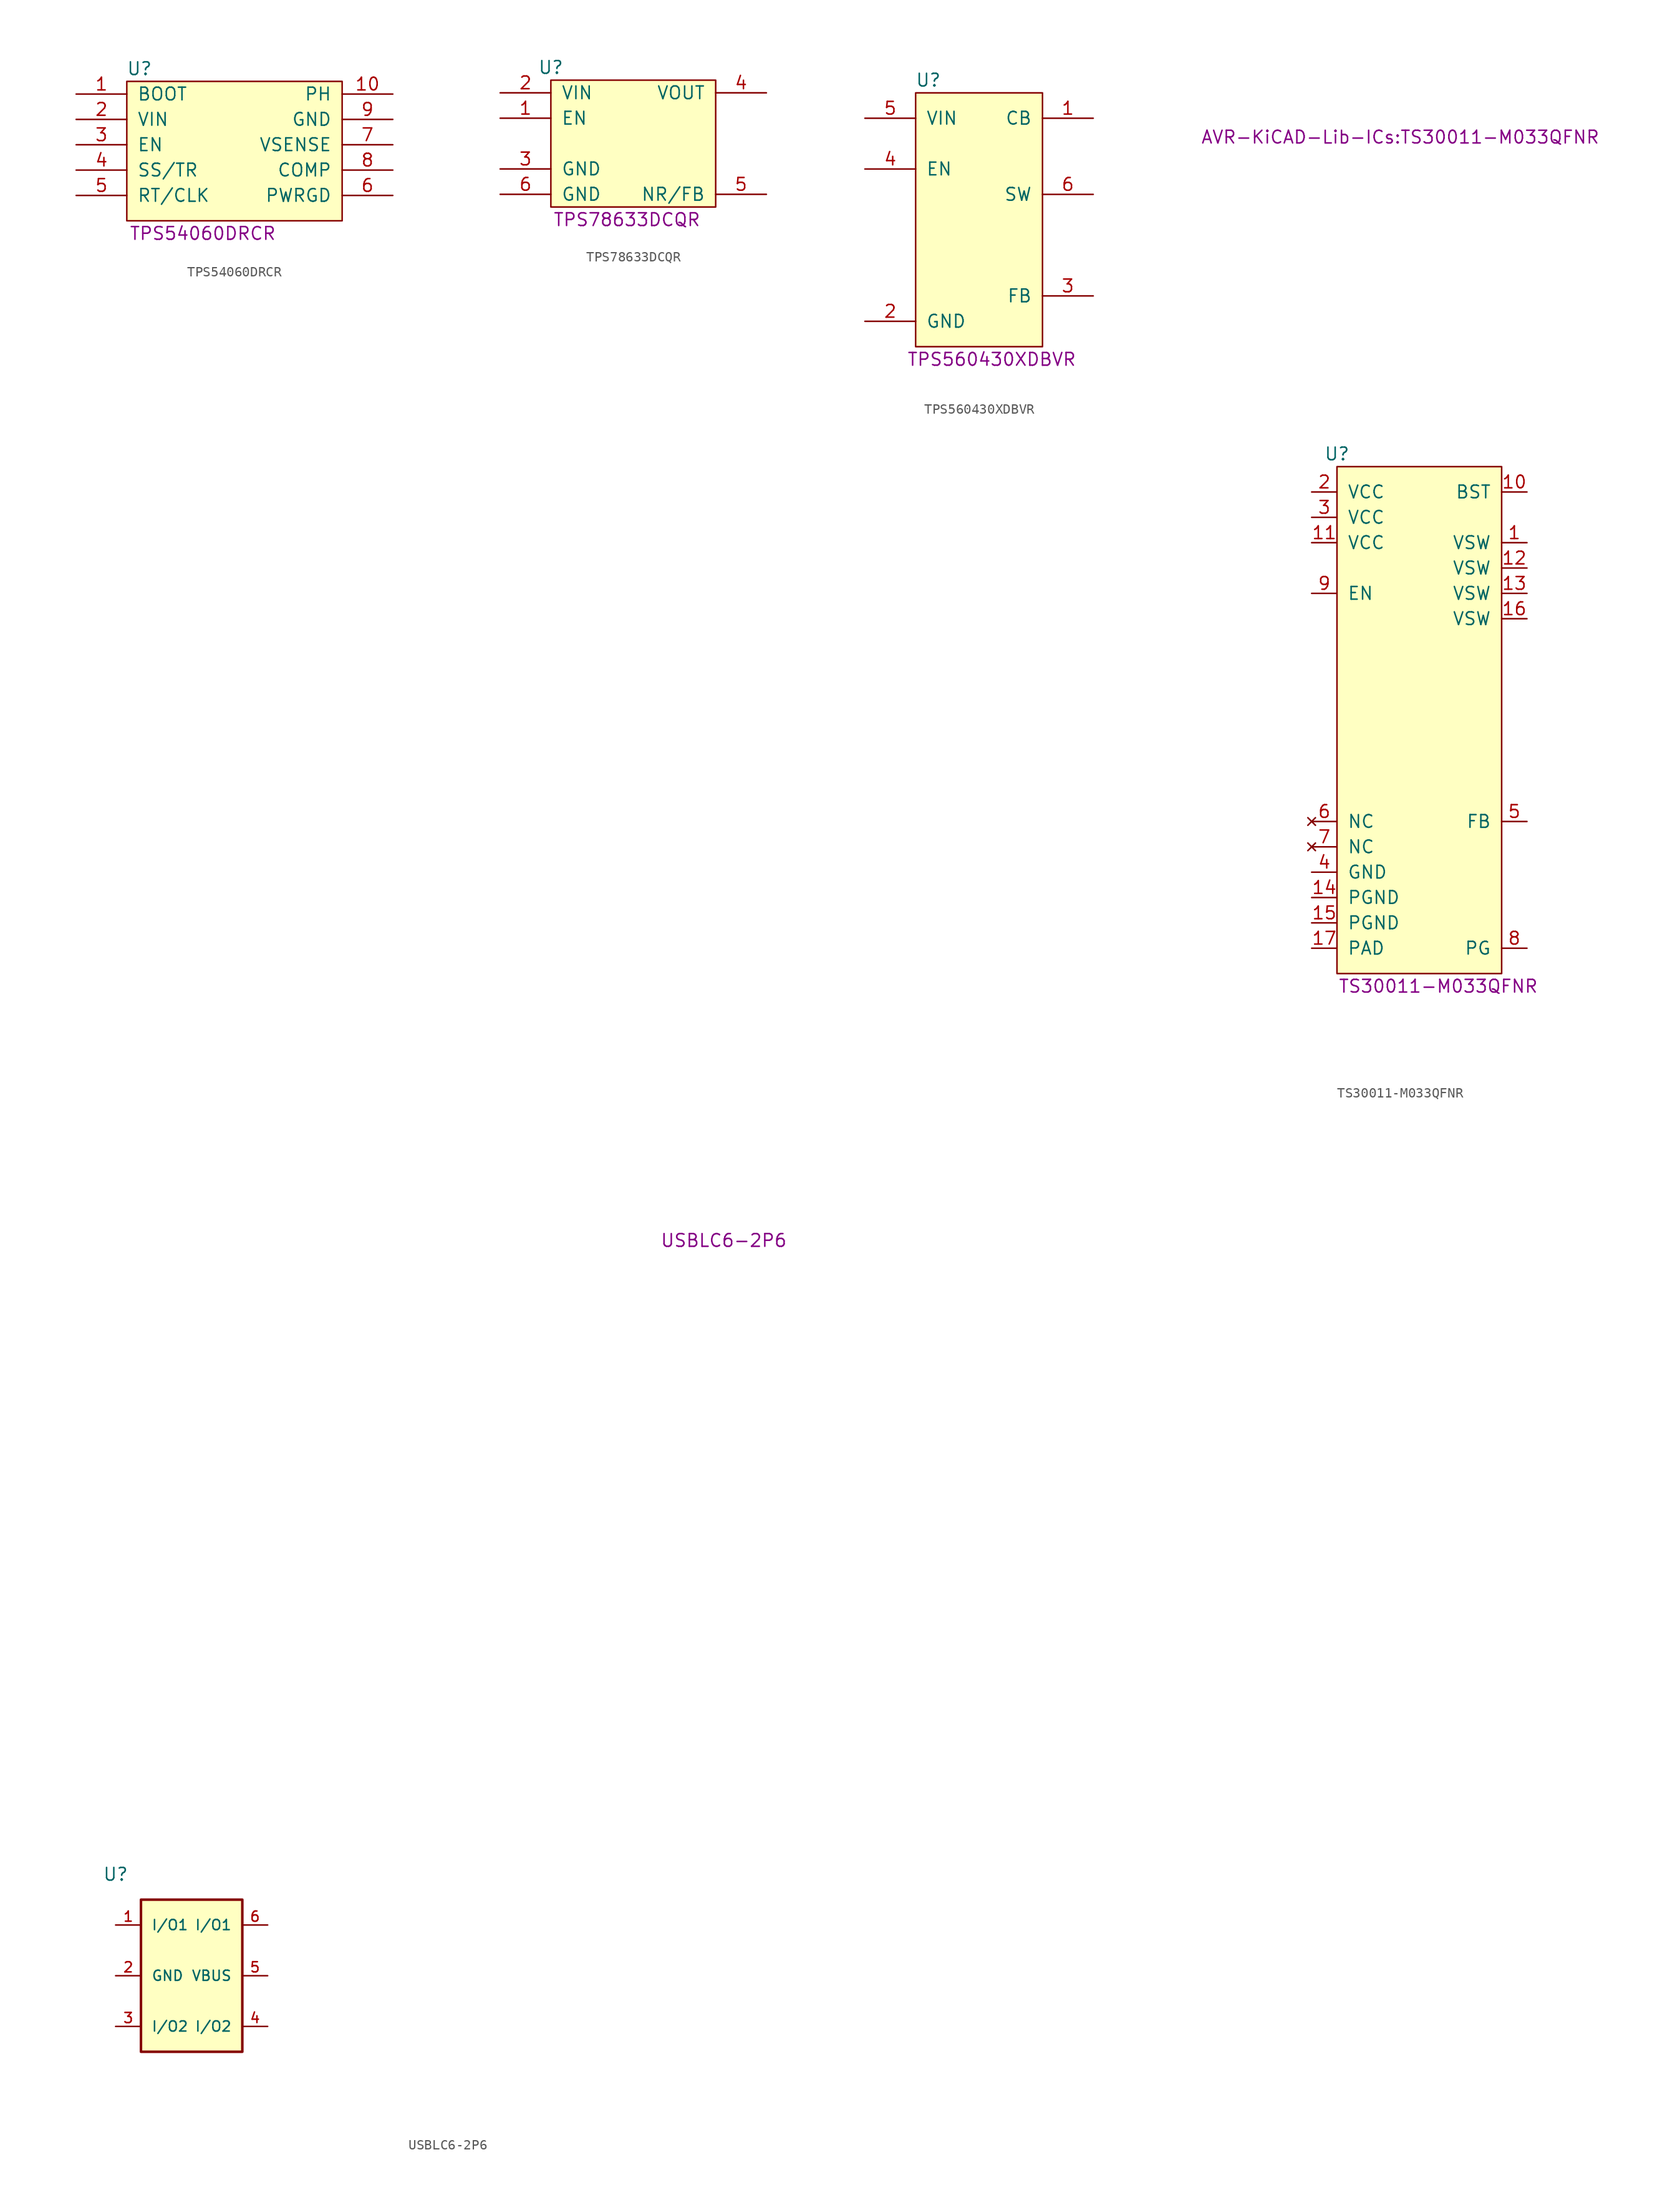
<source format=kicad_sym>
(kicad_symbol_lib
  (version 20220914)
  (generator kicad_symbol_editor)
  (symbol "TPS54060DRCR"
    (pin_names
      (offset 1.016))
    (property "Reference" "U"
      (at 1.27 15.24 0)
      (effects (font (size 1.27 1.27))))
    (property "_Value_" "TPS54060DRCR"
      (at 7.62 -1.27 0)
      (effects (font (size 1.27 1.27))))
    (symbol "TPS54060DRCR_0_1"
      (rectangle (start 0 13.97) (end 21.59 0) (stroke (width 0) (type default)) (fill (type background))))
    (symbol "TPS54060DRCR_1_1"
      (pin input line (at -5.08 12.7 0) (length 5.08) (name "BOOT" (effects (font (size 1.27 1.27)))) (number "1" (effects (font (size 1.27 1.27)))))
      (pin output line (at 26.67 12.7 180) (length 5.08) (name "PH" (effects (font (size 1.27 1.27)))) (number "10" (effects (font (size 1.27 1.27)))))
      (pin power_in line (at -5.08 10.16 0) (length 5.08) (name "VIN" (effects (font (size 1.27 1.27)))) (number "2" (effects (font (size 1.27 1.27)))))
      (pin input line (at -5.08 7.62 0) (length 5.08) (name "EN" (effects (font (size 1.27 1.27)))) (number "3" (effects (font (size 1.27 1.27)))))
      (pin input line (at -5.08 5.08 0) (length 5.08) (name "SS/TR" (effects (font (size 1.27 1.27)))) (number "4" (effects (font (size 1.27 1.27)))))
      (pin input line (at -5.08 2.54 0) (length 5.08) (name "RT/CLK" (effects (font (size 1.27 1.27)))) (number "5" (effects (font (size 1.27 1.27)))))
      (pin open_emitter line (at 26.67 2.54 180) (length 5.08) (name "PWRGD" (effects (font (size 1.27 1.27)))) (number "6" (effects (font (size 1.27 1.27)))))
      (pin input line (at 26.67 7.62 180) (length 5.08) (name "VSENSE" (effects (font (size 1.27 1.27)))) (number "7" (effects (font (size 1.27 1.27)))))
      (pin input line (at 26.67 5.08 180) (length 5.08) (name "COMP" (effects (font (size 1.27 1.27)))) (number "8" (effects (font (size 1.27 1.27)))))
      (pin power_out line (at 26.67 10.16 180) (length 5.08) (name "GND" (effects (font (size 1.27 1.27)))) (number "9" (effects (font (size 1.27 1.27)))))))
  (symbol "TPS78633DCQR"
    (pin_names
      (offset 1.016))
    (property "Reference" "U"
      (at 0 1.27 0)
      (effects (font (size 1.27 1.27))))
    (property "_Value_" "TPS78633DCQR"
      (at 7.62 -13.97 0)
      (effects (font (size 1.27 1.27))))
    (symbol "TPS78633DCQR_0_1"
      (rectangle (start 0 0) (end 16.51 -12.7) (stroke (width 0) (type default)) (fill (type background))))
    (symbol "TPS78633DCQR_1_1"
      (pin input line (at -5.08 -3.81 0) (length 5.08) (name "EN" (effects (font (size 1.27 1.27)))) (number "1" (effects (font (size 1.27 1.27)))))
      (pin power_in line (at -5.08 -1.27 0) (length 5.08) (name "VIN" (effects (font (size 1.27 1.27)))) (number "2" (effects (font (size 1.27 1.27)))))
      (pin passive line (at -5.08 -8.89 0) (length 5.08) (name "GND" (effects (font (size 1.27 1.27)))) (number "3" (effects (font (size 1.27 1.27)))))
      (pin power_out line (at 21.59 -1.27 180) (length 5.08) (name "VOUT" (effects (font (size 1.27 1.27)))) (number "4" (effects (font (size 1.27 1.27)))))
      (pin input line (at 21.59 -11.43 180) (length 5.08) (name "NR/FB" (effects (font (size 1.27 1.27)))) (number "5" (effects (font (size 1.27 1.27)))))
      (pin passive line (at -5.08 -11.43 0) (length 5.08) (name "GND" (effects (font (size 1.27 1.27)))) (number "6" (effects (font (size 1.27 1.27)))))))
  (symbol "TPS560430XDBVR"
    (pin_names
      (offset 1.016))
    (property "Reference" "U"
      (at 1.27 1.27 0)
      (effects (font (size 1.27 1.27))))
    (property "_Value_" "TPS560430XDBVR"
      (at 7.62 -26.67 0)
      (effects (font (size 1.27 1.27))))
    (symbol "TPS560430XDBVR_0_1"
      (rectangle (start 0 0) (end 12.7 -25.4) (stroke (width 0) (type default)) (fill (type background))))
    (symbol "TPS560430XDBVR_1_1"
      (pin input line (at 17.78 -2.54 180) (length 5.08) (name "CB" (effects (font (size 1.27 1.27)))) (number "1" (effects (font (size 1.27 1.27)))))
      (pin passive line (at -5.08 -22.86 0) (length 5.08) (name "GND" (effects (font (size 1.27 1.27)))) (number "2" (effects (font (size 1.27 1.27)))))
      (pin input line (at 17.78 -20.32 180) (length 5.08) (name "FB" (effects (font (size 1.27 1.27)))) (number "3" (effects (font (size 1.27 1.27)))))
      (pin input line (at -5.08 -7.62 0) (length 5.08) (name "EN" (effects (font (size 1.27 1.27)))) (number "4" (effects (font (size 1.27 1.27)))))
      (pin power_in line (at -5.08 -2.54 0) (length 5.08) (name "VIN" (effects (font (size 1.27 1.27)))) (number "5" (effects (font (size 1.27 1.27)))))
      (pin power_out line (at 17.78 -10.16 180) (length 5.08) (name "SW" (effects (font (size 1.27 1.27)))) (number "6" (effects (font (size 1.27 1.27)))))))
  (symbol "TS30011-M033QFNR"
    (pin_names
      (offset 1.016))
    (property "Reference" "U"
      (at 0 1.27 0)
      (effects (font (size 1.27 1.27))))
    (property "Footprint" "AVR-KiCAD-Lib-ICs:TS30011-M033QFNR"
      (at 6.35 33.02 0)
      (effects (font (size 1.27 1.27))))
    (property "_Value_" "TS30011-M033QFNR"
      (at 10.16 -52.07 0)
      (effects (font (size 1.27 1.27))))
    (symbol "TS30011-M033QFNR_0_1"
      (rectangle (start 0 0) (end 16.51 -50.8) (stroke (width 0) (type default)) (fill (type background))))
    (symbol "TS30011-M033QFNR_1_1"
      (pin output line (at 19.05 -7.62 180) (length 2.54) (name "VSW" (effects (font (size 1.27 1.27)))) (number "1" (effects (font (size 1.27 1.27)))))
      (pin input line (at 19.05 -2.54 180) (length 2.54) (name "BST" (effects (font (size 1.27 1.27)))) (number "10" (effects (font (size 1.27 1.27)))))
      (pin power_in line (at -2.54 -7.62 0) (length 2.54) (name "VCC" (effects (font (size 1.27 1.27)))) (number "11" (effects (font (size 1.27 1.27)))))
      (pin output line (at 19.05 -10.16 180) (length 2.54) (name "VSW" (effects (font (size 1.27 1.27)))) (number "12" (effects (font (size 1.27 1.27)))))
      (pin output line (at 19.05 -12.7 180) (length 2.54) (name "VSW" (effects (font (size 1.27 1.27)))) (number "13" (effects (font (size 1.27 1.27)))))
      (pin power_in line (at -2.54 -43.18 0) (length 2.54) (name "PGND" (effects (font (size 1.27 1.27)))) (number "14" (effects (font (size 1.27 1.27)))))
      (pin power_in line (at -2.54 -45.72 0) (length 2.54) (name "PGND" (effects (font (size 1.27 1.27)))) (number "15" (effects (font (size 1.27 1.27)))))
      (pin output line (at 19.05 -15.24 180) (length 2.54) (name "VSW" (effects (font (size 1.27 1.27)))) (number "16" (effects (font (size 1.27 1.27)))))
      (pin power_in line (at -2.54 -48.26 0) (length 2.54) (name "PAD" (effects (font (size 1.27 1.27)))) (number "17" (effects (font (size 1.27 1.27)))))
      (pin power_in line (at -2.54 -2.54 0) (length 2.54) (name "VCC" (effects (font (size 1.27 1.27)))) (number "2" (effects (font (size 1.27 1.27)))))
      (pin power_in line (at -2.54 -5.08 0) (length 2.54) (name "VCC" (effects (font (size 1.27 1.27)))) (number "3" (effects (font (size 1.27 1.27)))))
      (pin power_in line (at -2.54 -40.64 0) (length 2.54) (name "GND" (effects (font (size 1.27 1.27)))) (number "4" (effects (font (size 1.27 1.27)))))
      (pin input line (at 19.05 -35.56 180) (length 2.54) (name "FB" (effects (font (size 1.27 1.27)))) (number "5" (effects (font (size 1.27 1.27)))))
      (pin no_connect line (at -2.54 -35.56 0) (length 2.54) (name "NC" (effects (font (size 1.27 1.27)))) (number "6" (effects (font (size 1.27 1.27)))))
      (pin no_connect line (at -2.54 -38.1 0) (length 2.54) (name "NC" (effects (font (size 1.27 1.27)))) (number "7" (effects (font (size 1.27 1.27)))))
      (pin open_emitter line (at 19.05 -48.26 180) (length 2.54) (name "PG" (effects (font (size 1.27 1.27)))) (number "8" (effects (font (size 1.27 1.27)))))
      (pin input line (at -2.54 -12.7 0) (length 2.54) (name "EN" (effects (font (size 1.27 1.27)))) (number "9" (effects (font (size 1.27 1.27)))))))
  (symbol "USBLC6-2P6"
    (pin_names
      (offset 1.016))
    (property "Reference" "U"
      (at -2.54 0 0)
      (effects (font (size 1.27 1.27))))
    (property "_Value_" "USBLC6-2P6"
      (at 58.42 63.5 0)
      (effects (font (size 1.27 1.27))))
    (symbol "USBLC6-2P6_1_1"
      (rectangle (start 0 -2.54) (end 10.16 -17.78) (stroke (width 0.254) (type default)) (fill (type background)))
      (pin bidirectional line (at -2.54 -5.08 0) (length 2.54) (name "I/O1" (effects (font (size 1.016 1.016)))) (number "1" (effects (font (size 1.016 1.016)))))
      (pin power_in line (at -2.54 -10.16 0) (length 2.54) (name "GND" (effects (font (size 1.016 1.016)))) (number "2" (effects (font (size 1.016 1.016)))))
      (pin bidirectional line (at -2.54 -15.24 0) (length 2.54) (name "I/O2" (effects (font (size 1.016 1.016)))) (number "3" (effects (font (size 1.016 1.016)))))
      (pin bidirectional line (at 12.7 -15.24 180) (length 2.54) (name "I/O2" (effects (font (size 1.016 1.016)))) (number "4" (effects (font (size 1.016 1.016)))))
      (pin power_in line (at 12.7 -10.16 180) (length 2.54) (name "VBUS" (effects (font (size 1.016 1.016)))) (number "5" (effects (font (size 1.016 1.016)))))
      (pin bidirectional line (at 12.7 -5.08 180) (length 2.54) (name "I/O1" (effects (font (size 1.016 1.016)))) (number "6" (effects (font (size 1.016 1.016))))))))
</source>
